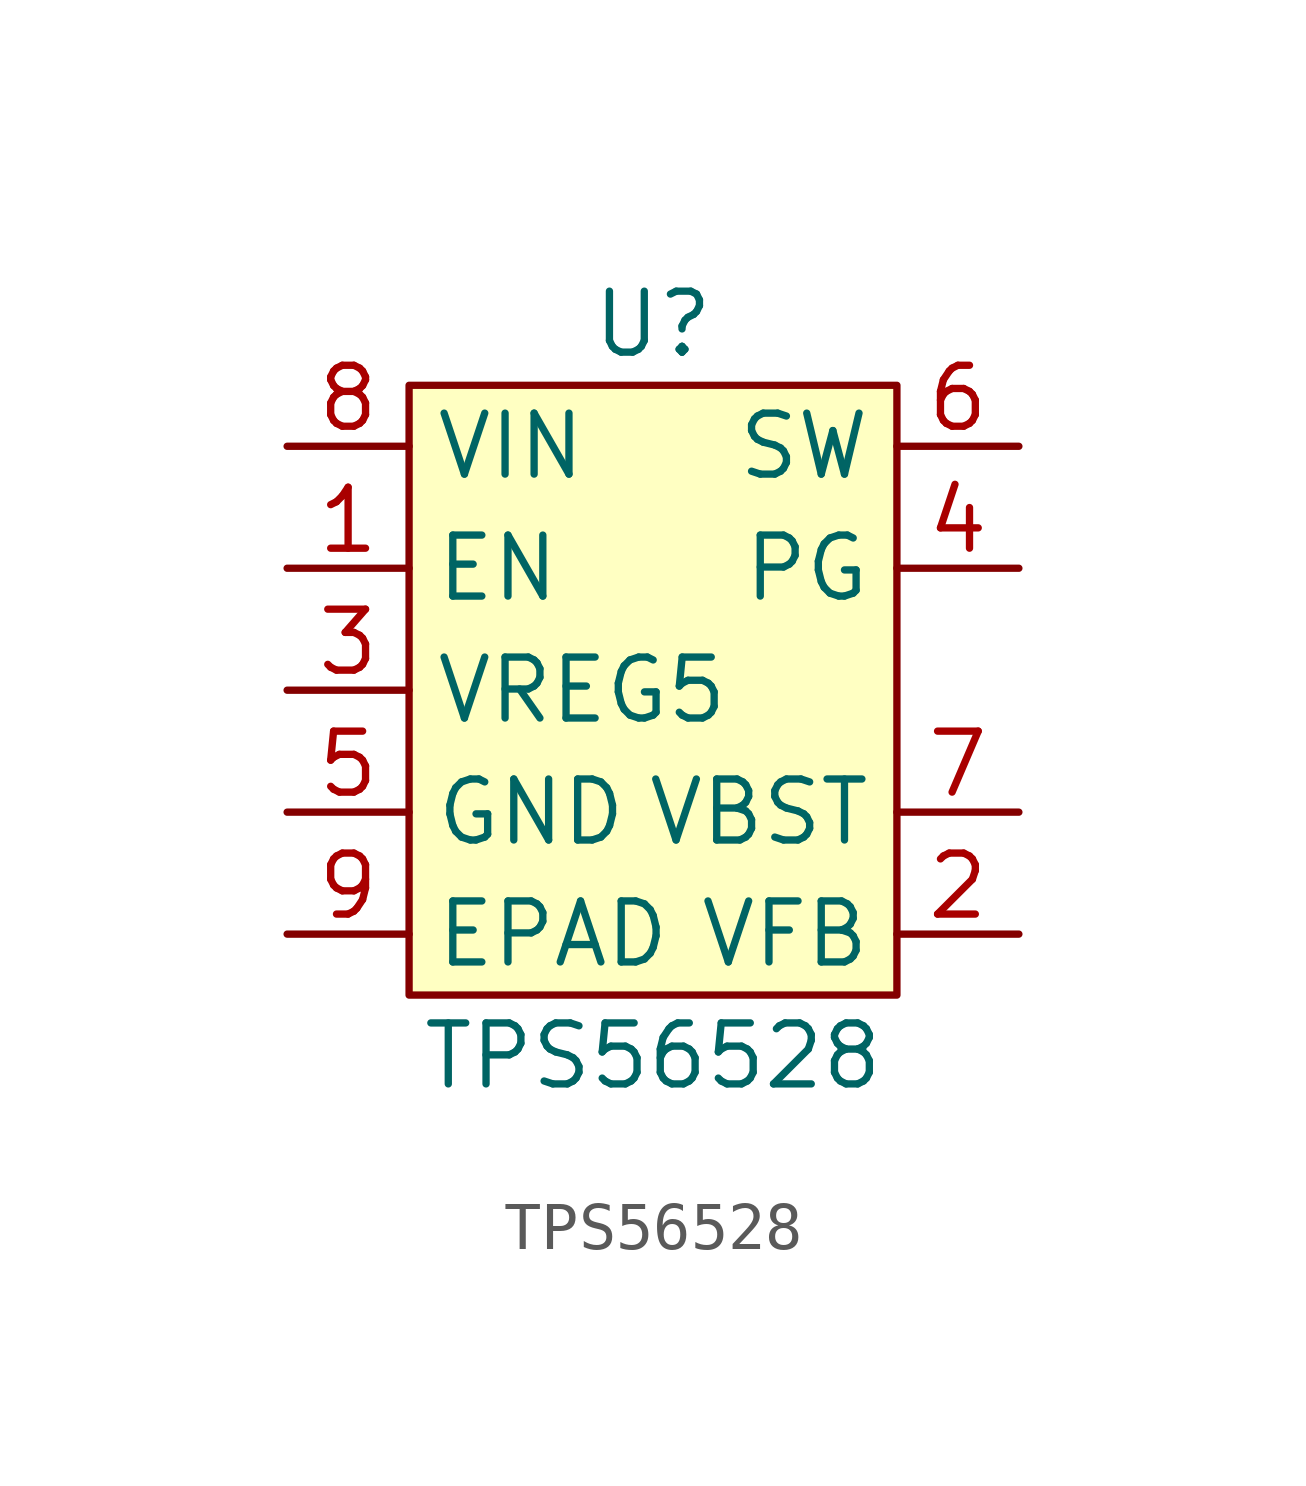
<source format=kicad_sym>
(kicad_symbol_lib
  (version 20220914)
  (generator kicad_symbol_editor)
  (symbol "TPS56528"
    (property "Reference" "U"
      (at 0 7.62 0)
      (effects (font (size 1.27 1.27))))
    (property "Value" "TPS56528"
      (at 0 -7.62 0)
      (effects (font (size 1.27 1.27))))
    (symbol "TPS56528_1_1"
      (rectangle (start -5.08 6.35) (end 5.08 -6.35) (stroke (width 0) (type default)) (fill (type background)))
      (pin input line (at -7.62 2.54 0) (length 2.54) (name "EN" (effects (font (size 1.27 1.27)))) (number "1" (effects (font (size 1.27 1.27)))))
      (pin input line (at 7.62 -5.08 180) (length 2.54) (name "VFB" (effects (font (size 1.27 1.27)))) (number "2" (effects (font (size 1.27 1.27)))))
      (pin power_out line (at -7.62 0 0) (length 2.54) (name "VREG5" (effects (font (size 1.27 1.27)))) (number "3" (effects (font (size 1.27 1.27)))))
      (pin output line (at 7.62 2.54 180) (length 2.54) (name "PG" (effects (font (size 1.27 1.27)))) (number "4" (effects (font (size 1.27 1.27)))))
      (pin power_in line (at -7.62 -2.54 0) (length 2.54) (name "GND" (effects (font (size 1.27 1.27)))) (number "5" (effects (font (size 1.27 1.27)))))
      (pin power_out line (at 7.62 5.08 180) (length 2.54) (name "SW" (effects (font (size 1.27 1.27)))) (number "6" (effects (font (size 1.27 1.27)))))
      (pin power_out line (at 7.62 -2.54 180) (length 2.54) (name "VBST" (effects (font (size 1.27 1.27)))) (number "7" (effects (font (size 1.27 1.27)))))
      (pin power_in line (at -7.62 5.08 0) (length 2.54) (name "VIN" (effects (font (size 1.27 1.27)))) (number "8" (effects (font (size 1.27 1.27)))))
      (pin power_in line (at -7.62 -5.08 0) (length 2.54) (name "EPAD" (effects (font (size 1.27 1.27)))) (number "9" (effects (font (size 1.27 1.27))))))))
</source>
